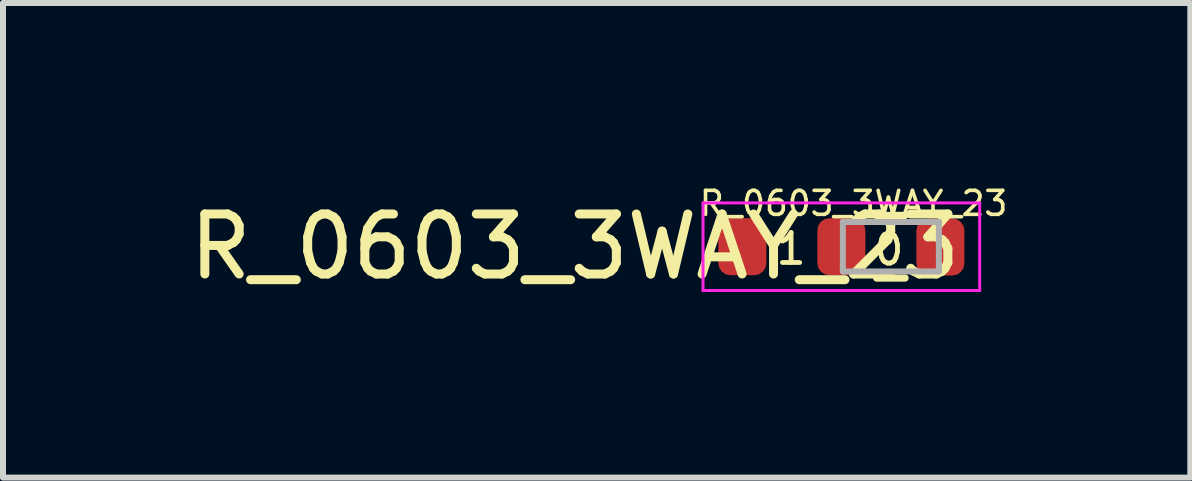
<source format=kicad_pcb>
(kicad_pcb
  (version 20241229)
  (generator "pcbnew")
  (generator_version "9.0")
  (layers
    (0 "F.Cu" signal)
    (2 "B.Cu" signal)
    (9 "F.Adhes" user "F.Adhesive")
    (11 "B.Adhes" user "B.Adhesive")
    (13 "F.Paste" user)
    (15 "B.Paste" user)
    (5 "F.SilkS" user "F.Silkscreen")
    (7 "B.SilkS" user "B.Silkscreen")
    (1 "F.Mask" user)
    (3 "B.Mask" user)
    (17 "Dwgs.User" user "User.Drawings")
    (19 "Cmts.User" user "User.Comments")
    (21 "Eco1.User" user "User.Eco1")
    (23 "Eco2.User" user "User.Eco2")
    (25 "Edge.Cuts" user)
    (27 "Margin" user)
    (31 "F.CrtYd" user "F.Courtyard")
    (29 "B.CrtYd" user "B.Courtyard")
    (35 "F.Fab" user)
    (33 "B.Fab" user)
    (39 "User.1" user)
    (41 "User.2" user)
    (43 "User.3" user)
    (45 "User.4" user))
  (footprint "R_0603_3WAY_23"
    (layer "F.Cu")
    (at 10.97 1.061)
    (property "Reference" "R_0603_3WAY_23" (at -4.44 0 0) (layer "F.SilkS") (effects (font (size 1 1) (thickness 0.15))))
    (attr smd)
    (fp_line (start 0.588 -0.522) (end 1.062 -0.522) (stroke (width 0.12) (type solid)) (layer "F.SilkS"))
    (fp_line (start 0.588 0.522) (end 1.062 0.522) (stroke (width 0.12) (type solid)) (layer "F.SilkS"))
    (fp_line (start -2.305 -0.73) (end 2.305 -0.73) (stroke (width 0.05) (type solid)) (layer "F.CrtYd"))
    (fp_line (start -2.305 0.73) (end -2.305 -0.73) (stroke (width 0.05) (type solid)) (layer "F.CrtYd"))
    (fp_line (start 2.305 -0.73) (end 2.305 0.73) (stroke (width 0.05) (type solid)) (layer "F.CrtYd"))
    (fp_line (start 2.305 0.73) (end -2.305 0.73) (stroke (width 0.05) (type solid)) (layer "F.CrtYd"))
    (fp_line (start 0.025 -0.412) (end 1.625 -0.412) (stroke (width 0.1) (type solid)) (layer "F.Fab"))
    (fp_line (start 0.025 0.412) (end 0.025 -0.412) (stroke (width 0.1) (type solid)) (layer "F.Fab"))
    (fp_line (start 1.625 0.411) (end 1.625 -0.414) (stroke (width 0.1) (type solid)) (layer "F.Fab"))
    (fp_line (start 1.625 0.412) (end 0.025 0.412) (stroke (width 0.1) (type solid)) (layer "F.Fab"))
    (fp_text user "1" (at -0.838 0.036 0) (layer "F.SilkS") (effects (font (size 0.5 0.5) (thickness 0.08))))
    (fp_text user "0" (at 0.792 0.046 0) (layer "F.SilkS") (effects (font (size 0.5 0.5) (thickness 0.08))))
    (fp_text user "${REFERENCE}" (at 0.203 -0.721 0) (layer "F.SilkS") (effects (font (size 0.4 0.4) (thickness 0.06))))
    (pad "1" smd roundrect (at -1.65 0) (size 0.8 0.95) (layers "F.Cu" "F.Mask" "F.Paste") (roundrect_rratio 0.25))
    (pad "2" smd roundrect (at 0 0) (size 0.8 0.95) (layers "F.Cu" "F.Mask" "F.Paste") (roundrect_rratio 0.25))
    (pad "3" smd roundrect (at 1.65 0.005) (size 0.8 0.95) (layers "F.Cu" "F.Mask" "F.Paste") (roundrect_rratio 0.25)))
  (gr_rect
    (start -3 -3)
    (end 16.785 4.909)
    (stroke (width 0.1) (type default))
    (fill no)
    (layer "Edge.Cuts")))
</source>
